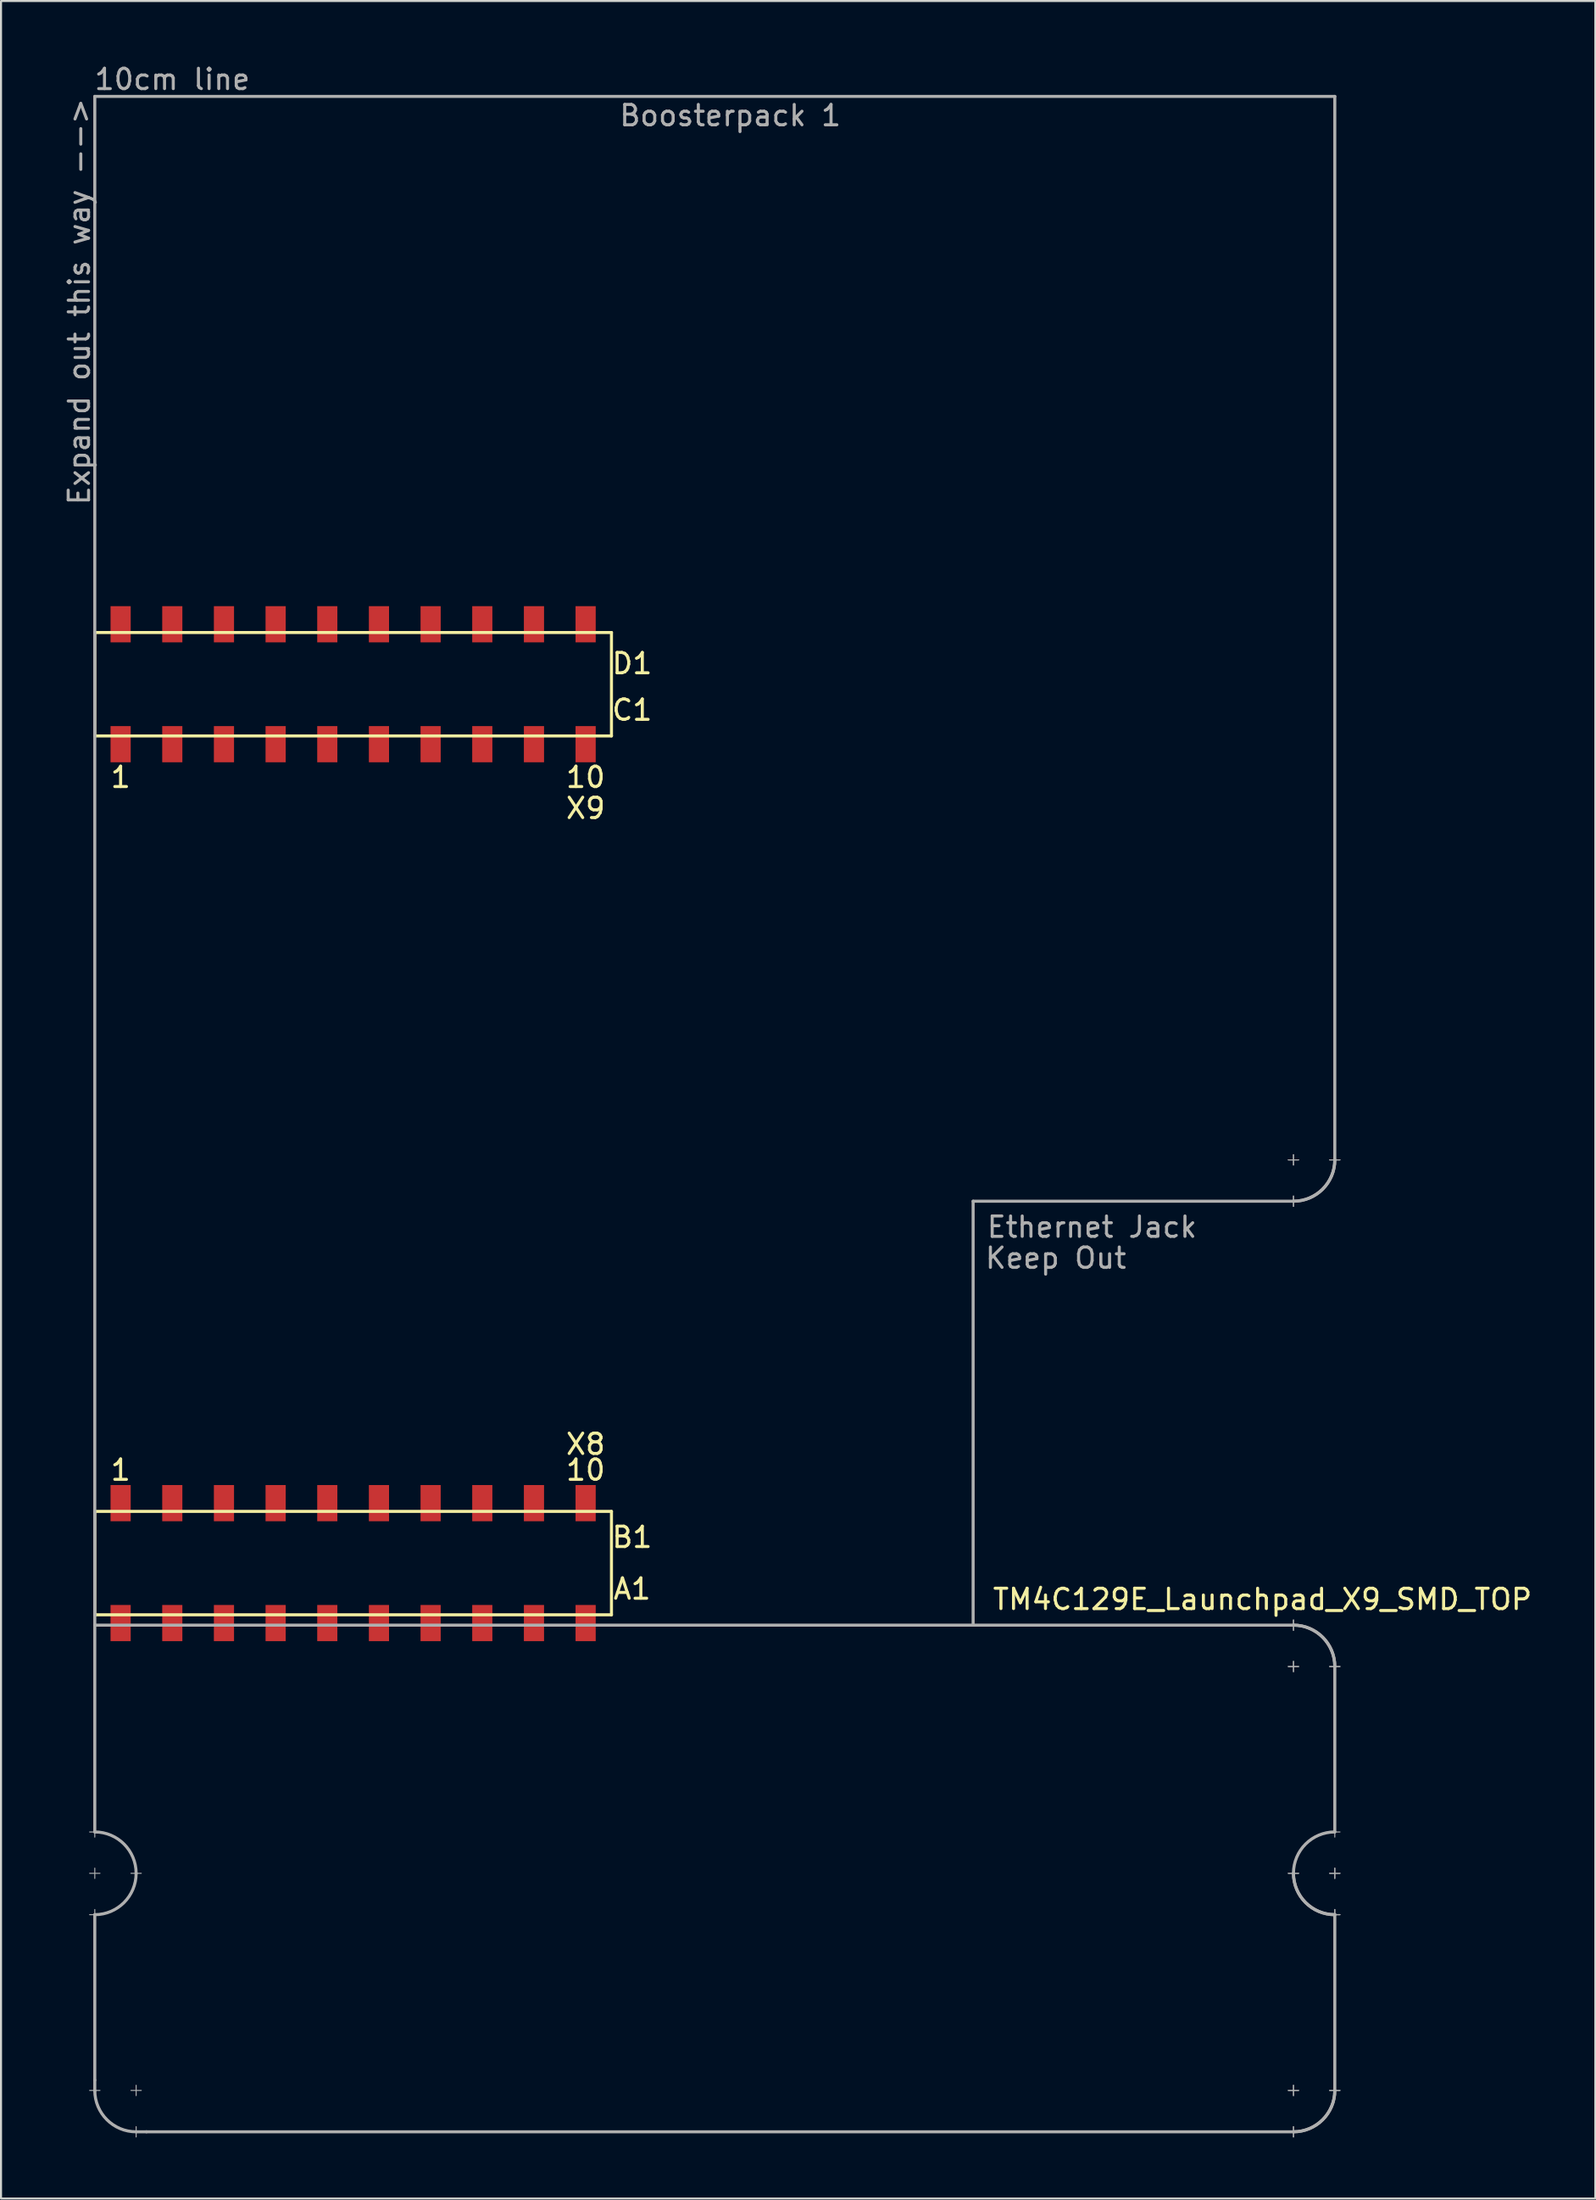
<source format=kicad_pcb>
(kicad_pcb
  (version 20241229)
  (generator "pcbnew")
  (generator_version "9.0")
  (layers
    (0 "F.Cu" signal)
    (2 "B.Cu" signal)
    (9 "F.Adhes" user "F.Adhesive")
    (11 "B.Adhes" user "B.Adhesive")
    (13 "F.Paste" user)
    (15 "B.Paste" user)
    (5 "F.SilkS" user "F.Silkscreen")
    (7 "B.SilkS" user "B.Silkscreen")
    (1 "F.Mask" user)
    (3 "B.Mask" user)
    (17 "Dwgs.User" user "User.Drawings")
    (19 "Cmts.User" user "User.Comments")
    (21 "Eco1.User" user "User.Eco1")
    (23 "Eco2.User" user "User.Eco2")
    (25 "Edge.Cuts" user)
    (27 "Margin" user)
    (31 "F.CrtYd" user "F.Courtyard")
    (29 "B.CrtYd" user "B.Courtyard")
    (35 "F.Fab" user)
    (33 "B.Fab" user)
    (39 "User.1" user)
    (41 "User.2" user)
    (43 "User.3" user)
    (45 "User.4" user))
  (footprint "TM4C129E_Launchpad_X9_SMD_TOP"
    (layer "F.Cu")
    (at 1.61 76.286)
    (property "Reference" "TM4C129E_Launchpad_X9_SMD_TOP" (at 57.404 -0.762 180) (layer "F.SilkS") (effects (font (size 1 1) (thickness 0.15))))
    (attr through_hole)
    (fp_line (start 0 -48.26) (end 0 -43.18) (stroke (width 0.15) (type solid)) (layer "F.SilkS"))
    (fp_line (start 0 -43.18) (end 25.4 -43.18) (stroke (width 0.15) (type solid)) (layer "F.SilkS"))
    (fp_line (start 0 -5.08) (end 0 0) (stroke (width 0.15) (type solid)) (layer "F.SilkS"))
    (fp_line (start 0 0) (end 25.4 0) (stroke (width 0.15) (type solid)) (layer "F.SilkS"))
    (fp_line (start 25.4 -48.26) (end 0 -48.26) (stroke (width 0.15) (type solid)) (layer "F.SilkS"))
    (fp_line (start 25.4 -43.18) (end 25.4 -48.26) (stroke (width 0.15) (type solid)) (layer "F.SilkS"))
    (fp_line (start 25.4 -5.08) (end 0 -5.08) (stroke (width 0.15) (type solid)) (layer "F.SilkS"))
    (fp_line (start 25.4 0) (end 25.4 -5.08) (stroke (width 0.15) (type solid)) (layer "F.SilkS"))
    (fp_line (start -0.254 10.668) (end 0.254 10.668) (stroke (width 0.05) (type solid)) (layer "F.Fab"))
    (fp_line (start -0.254 12.7) (end 0.254 12.7) (stroke (width 0.05) (type solid)) (layer "F.Fab"))
    (fp_line (start -0.254 14.732) (end 0.254 14.732) (stroke (width 0.05) (type solid)) (layer "F.Fab"))
    (fp_line (start -0.254 23.368) (end 0.254 23.368) (stroke (width 0.05) (type solid)) (layer "F.Fab"))
    (fp_line (start 0 -74.6) (end 60.96 -74.6) (stroke (width 0.15) (type solid)) (layer "F.Fab"))
    (fp_line (start 0 0) (end 0 -74.6) (stroke (width 0.15) (type solid)) (layer "F.Fab"))
    (fp_line (start 0 0) (end 0 10.668) (stroke (width 0.15) (type solid)) (layer "F.Fab"))
    (fp_line (start 0 0.508) (end 58.928 0.508) (stroke (width 0.15) (type solid)) (layer "F.Fab"))
    (fp_line (start 0 10.922) (end 0 10.414) (stroke (width 0.05) (type solid)) (layer "F.Fab"))
    (fp_line (start 0 12.954) (end 0 12.446) (stroke (width 0.05) (type solid)) (layer "F.Fab"))
    (fp_line (start 0 14.732) (end 0 22.86) (stroke (width 0.15) (type solid)) (layer "F.Fab"))
    (fp_line (start 0 14.986) (end 0 14.478) (stroke (width 0.05) (type solid)) (layer "F.Fab"))
    (fp_line (start 0 22.86) (end 0 23.393) (stroke (width 0.15) (type solid)) (layer "F.Fab"))
    (fp_line (start 1.778 12.7) (end 2.286 12.7) (stroke (width 0.05) (type solid)) (layer "F.Fab"))
    (fp_line (start 1.778 23.368) (end 2.286 23.368) (stroke (width 0.05) (type solid)) (layer "F.Fab"))
    (fp_line (start 2.032 23.622) (end 2.032 23.114) (stroke (width 0.05) (type solid)) (layer "F.Fab"))
    (fp_line (start 2.032 25.654) (end 2.032 25.146) (stroke (width 0.05) (type solid)) (layer "F.Fab"))
    (fp_line (start 2.54 25.4) (end 2.032 25.4) (stroke (width 0.15) (type solid)) (layer "F.Fab"))
    (fp_line (start 43.18 -20.32) (end 43.18 0.508) (stroke (width 0.15) (type solid)) (layer "F.Fab"))
    (fp_line (start 58.674 -22.352) (end 59.182 -22.352) (stroke (width 0.05) (type solid)) (layer "F.Fab"))
    (fp_line (start 58.674 -22.352) (end 59.182 -22.352) (stroke (width 0.05) (type solid)) (layer "F.Fab"))
    (fp_line (start 58.674 2.54) (end 59.182 2.54) (stroke (width 0.05) (type solid)) (layer "F.Fab"))
    (fp_line (start 58.674 2.54) (end 59.182 2.54) (stroke (width 0.05) (type solid)) (layer "F.Fab"))
    (fp_line (start 58.674 12.7) (end 59.182 12.7) (stroke (width 0.05) (type solid)) (layer "F.Fab"))
    (fp_line (start 58.674 12.7) (end 59.182 12.7) (stroke (width 0.05) (type solid)) (layer "F.Fab"))
    (fp_line (start 58.928 -22.606) (end 58.928 -22.098) (stroke (width 0.05) (type solid)) (layer "F.Fab"))
    (fp_line (start 58.928 -22.606) (end 58.928 -22.098) (stroke (width 0.05) (type solid)) (layer "F.Fab"))
    (fp_line (start 58.928 -20.574) (end 58.928 -20.066) (stroke (width 0.05) (type solid)) (layer "F.Fab"))
    (fp_line (start 58.928 -20.574) (end 58.928 -20.066) (stroke (width 0.05) (type solid)) (layer "F.Fab"))
    (fp_line (start 58.928 -20.32) (end 43.18 -20.32) (stroke (width 0.15) (type solid)) (layer "F.Fab"))
    (fp_line (start 58.928 0.762) (end 58.928 0.254) (stroke (width 0.05) (type solid)) (layer "F.Fab"))
    (fp_line (start 58.928 0.762) (end 58.928 0.254) (stroke (width 0.05) (type solid)) (layer "F.Fab"))
    (fp_line (start 58.928 2.794) (end 58.928 2.286) (stroke (width 0.05) (type solid)) (layer "F.Fab"))
    (fp_line (start 58.928 2.794) (end 58.928 2.286) (stroke (width 0.05) (type solid)) (layer "F.Fab"))
    (fp_line (start 58.928 23.622) (end 58.928 23.114) (stroke (width 0.05) (type solid)) (layer "F.Fab"))
    (fp_line (start 58.928 23.622) (end 58.928 23.114) (stroke (width 0.05) (type solid)) (layer "F.Fab"))
    (fp_line (start 58.928 25.4) (end 2.54 25.4) (stroke (width 0.15) (type solid)) (layer "F.Fab"))
    (fp_line (start 58.928 25.654) (end 58.928 25.146) (stroke (width 0.05) (type solid)) (layer "F.Fab"))
    (fp_line (start 58.928 25.654) (end 58.928 25.146) (stroke (width 0.05) (type solid)) (layer "F.Fab"))
    (fp_line (start 59.182 23.368) (end 58.674 23.368) (stroke (width 0.05) (type solid)) (layer "F.Fab"))
    (fp_line (start 59.182 23.368) (end 58.674 23.368) (stroke (width 0.05) (type solid)) (layer "F.Fab"))
    (fp_line (start 60.706 -22.352) (end 61.214 -22.352) (stroke (width 0.05) (type solid)) (layer "F.Fab"))
    (fp_line (start 60.706 -22.352) (end 61.214 -22.352) (stroke (width 0.05) (type solid)) (layer "F.Fab"))
    (fp_line (start 60.706 2.54) (end 61.214 2.54) (stroke (width 0.05) (type solid)) (layer "F.Fab"))
    (fp_line (start 60.706 2.54) (end 61.214 2.54) (stroke (width 0.05) (type solid)) (layer "F.Fab"))
    (fp_line (start 60.706 10.668) (end 61.214 10.668) (stroke (width 0.05) (type solid)) (layer "F.Fab"))
    (fp_line (start 60.706 12.7) (end 61.214 12.7) (stroke (width 0.05) (type solid)) (layer "F.Fab"))
    (fp_line (start 60.706 12.7) (end 61.214 12.7) (stroke (width 0.05) (type solid)) (layer "F.Fab"))
    (fp_line (start 60.706 14.732) (end 61.214 14.732) (stroke (width 0.05) (type solid)) (layer "F.Fab"))
    (fp_line (start 60.706 14.732) (end 61.214 14.732) (stroke (width 0.05) (type solid)) (layer "F.Fab"))
    (fp_line (start 60.96 -74.6) (end 60.96 -22.352) (stroke (width 0.15) (type solid)) (layer "F.Fab"))
    (fp_line (start 60.96 2.54) (end 60.96 10.668) (stroke (width 0.15) (type solid)) (layer "F.Fab"))
    (fp_line (start 60.96 10.922) (end 60.96 10.414) (stroke (width 0.05) (type solid)) (layer "F.Fab"))
    (fp_line (start 60.96 12.954) (end 60.96 12.446) (stroke (width 0.05) (type solid)) (layer "F.Fab"))
    (fp_line (start 60.96 12.954) (end 60.96 12.446) (stroke (width 0.05) (type solid)) (layer "F.Fab"))
    (fp_line (start 60.96 14.732) (end 60.96 23.368) (stroke (width 0.15) (type solid)) (layer "F.Fab"))
    (fp_line (start 60.96 14.986) (end 60.96 14.478) (stroke (width 0.05) (type solid)) (layer "F.Fab"))
    (fp_line (start 60.96 14.986) (end 60.96 14.478) (stroke (width 0.05) (type solid)) (layer "F.Fab"))
    (fp_line (start 60.96 23.622) (end 60.96 23.114) (stroke (width 0.05) (type solid)) (layer "F.Fab"))
    (fp_line (start 60.96 23.622) (end 60.96 23.114) (stroke (width 0.05) (type solid)) (layer "F.Fab"))
    (fp_line (start 61.214 23.368) (end 60.706 23.368) (stroke (width 0.05) (type solid)) (layer "F.Fab"))
    (fp_line (start 61.214 23.368) (end 60.706 23.368) (stroke (width 0.05) (type solid)) (layer "F.Fab"))
    (fp_arc (start 0 10.668) (mid 1.436841 11.263159) (end 2.032 12.7) (stroke (width 0.15) (type solid)) (layer "F.Fab"))
    (fp_arc (start 2.032 12.7) (mid 1.436841 14.136841) (end 0 14.732) (stroke (width 0.15) (type solid)) (layer "F.Fab"))
    (fp_arc (start 2.032 25.4) (mid 0.595159 24.804841) (end 0 23.368) (stroke (width 0.15) (type solid)) (layer "F.Fab"))
    (fp_arc (start 58.928 0.508) (mid 60.364841 1.103159) (end 60.96 2.54) (stroke (width 0.15) (type solid)) (layer "F.Fab"))
    (fp_arc (start 58.928 0.508) (mid 60.364841 1.103159) (end 60.96 2.54) (stroke (width 0.15) (type solid)) (layer "F.Fab"))
    (fp_arc (start 58.928 12.7) (mid 59.523159 11.263159) (end 60.96 10.668) (stroke (width 0.15) (type solid)) (layer "F.Fab"))
    (fp_arc (start 60.96 -22.352) (mid 60.364841 -20.915159) (end 58.928 -20.32) (stroke (width 0.15) (type solid)) (layer "F.Fab"))
    (fp_arc (start 60.96 -22.352) (mid 60.364841 -20.915159) (end 58.928 -20.32) (stroke (width 0.15) (type solid)) (layer "F.Fab"))
    (fp_arc (start 60.96 14.732) (mid 59.523159 14.136841) (end 58.928 12.7) (stroke (width 0.15) (type solid)) (layer "F.Fab"))
    (fp_arc (start 60.96 14.732) (mid 59.523159 14.136841) (end 58.928 12.7) (stroke (width 0.15) (type solid)) (layer "F.Fab"))
    (fp_arc (start 60.96 23.368) (mid 60.364841 24.804841) (end 58.928 25.4) (stroke (width 0.15) (type solid)) (layer "F.Fab"))
    (fp_arc (start 60.96 23.368) (mid 60.364841 24.804841) (end 58.928 25.4) (stroke (width 0.15) (type solid)) (layer "F.Fab"))
    (fp_text user "1" (at 1.27 -7.112 180) (layer "F.SilkS") (effects (font (size 1 1) (thickness 0.15))))
    (fp_text user "1" (at 1.27 -41.148 180) (layer "F.SilkS") (effects (font (size 1 1) (thickness 0.15))))
    (fp_text user "X8" (at 24.13 -8.382 180) (layer "F.SilkS") (effects (font (size 1 1) (thickness 0.15))))
    (fp_text user "X9" (at 24.13 -39.624 180) (layer "F.SilkS") (effects (font (size 1 1) (thickness 0.15))))
    (fp_text user "A1" (at 26.416 -1.27 180) (layer "F.SilkS") (effects (font (size 1 1) (thickness 0.15))))
    (fp_text user "D1" (at 26.416 -46.736 180) (layer "F.SilkS") (effects (font (size 1 1) (thickness 0.15))))
    (fp_text user "C1" (at 26.416 -44.45 180) (layer "F.SilkS") (effects (font (size 1 1) (thickness 0.15))))
    (fp_text user "10" (at 24.13 -7.112 180) (layer "F.SilkS") (effects (font (size 1 1) (thickness 0.15))))
    (fp_text user "10" (at 24.13 -41.148 180) (layer "F.SilkS") (effects (font (size 1 1) (thickness 0.15))))
    (fp_text user "B1" (at 26.416 -3.81 180) (layer "F.SilkS") (effects (font (size 1 1) (thickness 0.15))))
    (fp_text user "Ethernet Jack" (at 49.022 -19.05 0) (layer "F.Fab") (effects (font (size 1 1) (thickness 0.15))))
    (fp_text user "Keep Out" (at 47.244 -17.526 0) (layer "F.Fab") (effects (font (size 1 1) (thickness 0.15))))
    (fp_text user "10cm line" (at 3.81 -75.438 0) (layer "F.Fab") (effects (font (size 1 1) (thickness 0.15))))
    (fp_text user "Boosterpack 1" (at 31.242 -73.66 0) (layer "F.Fab") (effects (font (size 1 1) (thickness 0.15))))
    (fp_text user "Expand out this way -->" (at -0.762 -64.516 90) (layer "F.Fab") (effects (font (size 1 1) (thickness 0.15))))
    (pad "+3V3" smd rect (at 1.27 0.406 180) (size 0.991 1.778) (layers "F.Cu" "F.Mask" "F.Paste"))
    (pad "+5V" smd rect (at 1.27 -5.486 180) (size 0.991 1.778) (layers "F.Cu" "F.Mask" "F.Paste"))
    (pad "GND" smd rect (at 1.27 -48.666 180) (size 0.991 1.778) (layers "F.Cu" "F.Mask" "F.Paste"))
    (pad "GND" smd rect (at 3.81 -5.486 180) (size 0.991 1.778) (layers "F.Cu" "F.Mask" "F.Paste"))
    (pad "PA6" smd rect (at 19.05 -5.486 180) (size 0.991 1.778) (layers "F.Cu" "F.Mask" "F.Paste"))
    (pad "PB2" smd rect (at 21.59 0.406 180) (size 0.991 1.778) (layers "F.Cu" "F.Mask" "F.Paste"))
    (pad "PB3" smd rect (at 24.13 0.406 180) (size 0.991 1.778) (layers "F.Cu" "F.Mask" "F.Paste"))
    (pad "PC4" smd rect (at 6.35 0.406 180) (size 0.991 1.778) (layers "F.Cu" "F.Mask" "F.Paste"))
    (pad "PC5" smd rect (at 8.89 0.406 180) (size 0.991 1.778) (layers "F.Cu" "F.Mask" "F.Paste"))
    (pad "PC6" smd rect (at 11.43 0.406 180) (size 0.991 1.778) (layers "F.Cu" "F.Mask" "F.Paste"))
    (pad "PC7" smd rect (at 19.05 0.406 180) (size 0.991 1.778) (layers "F.Cu" "F.Mask" "F.Paste"))
    (pad "PD0" smd rect (at 16.51 -48.666 180) (size 0.991 1.778) (layers "F.Cu" "F.Mask" "F.Paste"))
    (pad "PD1" smd rect (at 13.97 -48.666 180) (size 0.991 1.778) (layers "F.Cu" "F.Mask" "F.Paste"))
    (pad "PD3" smd rect (at 16.51 0.406 180) (size 0.991 1.778) (layers "F.Cu" "F.Mask" "F.Paste"))
    (pad "PD7" smd rect (at 16.51 -5.486 180) (size 0.991 1.778) (layers "F.Cu" "F.Mask" "F.Paste"))
    (pad "PE0" smd rect (at 6.35 -5.486 180) (size 0.991 1.778) (layers "F.Cu" "F.Mask" "F.Paste"))
    (pad "PE1" smd rect (at 8.89 -5.486 180) (size 0.991 1.778) (layers "F.Cu" "F.Mask" "F.Paste"))
    (pad "PE2" smd rect (at 11.43 -5.486 180) (size 0.991 1.778) (layers "F.Cu" "F.Mask" "F.Paste"))
    (pad "PE3" smd rect (at 13.97 -5.486 180) (size 0.991 1.778) (layers "F.Cu" "F.Mask" "F.Paste"))
    (pad "PE4" smd rect (at 3.81 0.406 180) (size 0.991 1.778) (layers "F.Cu" "F.Mask" "F.Paste"))
    (pad "PE5" smd rect (at 13.97 0.406 180) (size 0.991 1.778) (layers "F.Cu" "F.Mask" "F.Paste"))
    (pad "PF1" smd rect (at 1.27 -42.774 180) (size 0.991 1.778) (layers "F.Cu" "F.Mask" "F.Paste"))
    (pad "PF2" smd rect (at 3.81 -42.774 180) (size 0.991 1.778) (layers "F.Cu" "F.Mask" "F.Paste"))
    (pad "PF3" smd rect (at 6.35 -42.774 180) (size 0.991 1.778) (layers "F.Cu" "F.Mask" "F.Paste"))
    (pad "PG0" smd rect (at 8.89 -42.774 180) (size 0.991 1.778) (layers "F.Cu" "F.Mask" "F.Paste"))
    (pad "PH2" smd rect (at 6.35 -48.666 180) (size 0.991 1.778) (layers "F.Cu" "F.Mask" "F.Paste"))
    (pad "PH3" smd rect (at 8.89 -48.666 180) (size 0.991 1.778) (layers "F.Cu" "F.Mask" "F.Paste"))
    (pad "PL0" smd rect (at 16.51 -42.774 180) (size 0.991 1.778) (layers "F.Cu" "F.Mask" "F.Paste"))
    (pad "PL1" smd rect (at 19.05 -42.774 180) (size 0.991 1.778) (layers "F.Cu" "F.Mask" "F.Paste"))
    (pad "PL2" smd rect (at 21.59 -42.774 180) (size 0.991 1.778) (layers "F.Cu" "F.Mask" "F.Paste"))
    (pad "PL3" smd rect (at 24.13 -42.774 180) (size 0.991 1.778) (layers "F.Cu" "F.Mask" "F.Paste"))
    (pad "PL4" smd rect (at 11.43 -42.774 180) (size 0.991 1.778) (layers "F.Cu" "F.Mask" "F.Paste"))
    (pad "PL5" smd rect (at 13.97 -42.774 180) (size 0.991 1.778) (layers "F.Cu" "F.Mask" "F.Paste"))
    (pad "PM3" smd rect (at 3.81 -48.666 180) (size 0.991 1.778) (layers "F.Cu" "F.Mask" "F.Paste"))
    (pad "PM4" smd rect (at 21.59 -5.486 180) (size 0.991 1.778) (layers "F.Cu" "F.Mask" "F.Paste"))
    (pad "PM5" smd rect (at 24.13 -5.486 180) (size 0.991 1.778) (layers "F.Cu" "F.Mask" "F.Paste"))
    (pad "PN2" smd rect (at 19.05 -48.666 180) (size 0.991 1.778) (layers "F.Cu" "F.Mask" "F.Paste"))
    (pad "PN3" smd rect (at 21.59 -48.666 180) (size 0.991 1.778) (layers "F.Cu" "F.Mask" "F.Paste"))
    (pad "PP2" smd rect (at 24.13 -48.666 180) (size 0.991 1.778) (layers "F.Cu" "F.Mask" "F.Paste"))
    (pad "Rese" smd rect (at 11.43 -48.666 180) (size 0.991 1.778) (layers "F.Cu" "F.Mask" "F.Paste")))
  (gr_rect
    (start -3 -3)
    (end 75.377 104.965)
    (stroke (width 0.1) (type default))
    (fill no)
    (layer "Edge.Cuts")))
</source>
